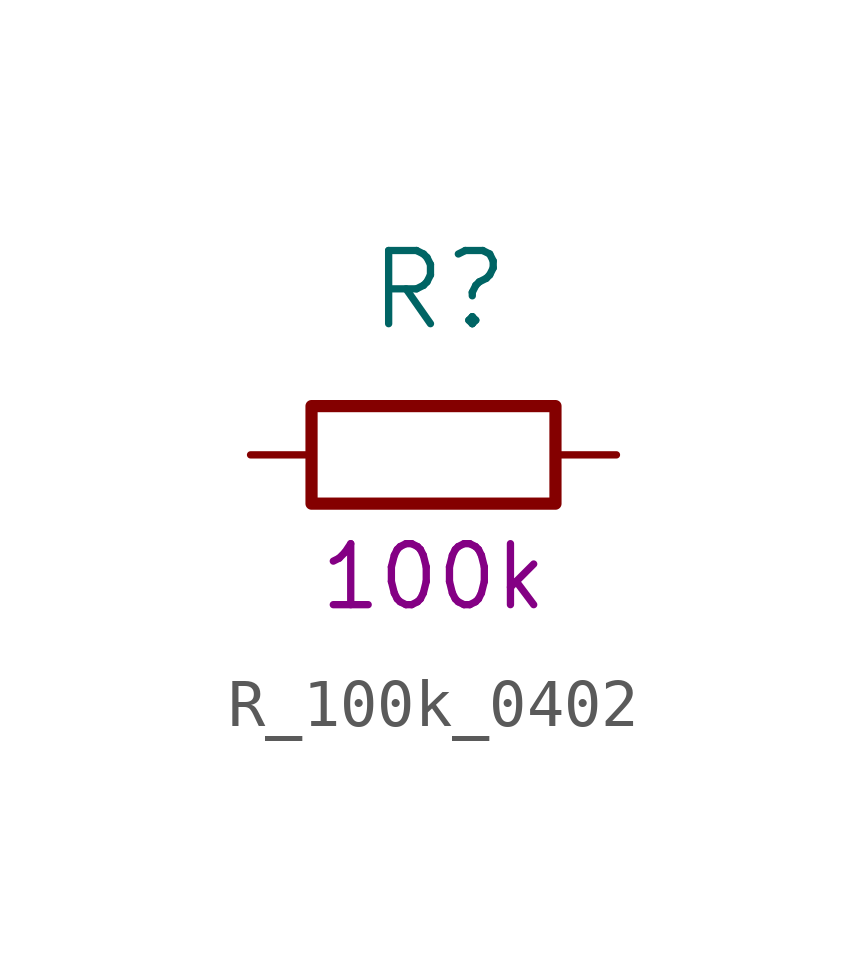
<source format=kicad_sym>
(kicad_symbol_lib
  (version 20211014)
  (generator kicad_symbol_editor)
  (symbol "R_100k_0402"
    (pin_names
      (offset 0))
    (property "Reference" "R"
      (at -1.397 3.429 0)
      (effects (font (size 1.524 1.524)) (justify left)))
    (property "Val" "100k"
      (at 0 -2.54 0)
      (effects (font (size 1.27 1.27))))
    (symbol "R_100k_0402_1_1"
      (rectangle (start 2.54 -1.016) (end -2.54 1.016) (stroke (width 0.254) (type default) (color 0 0 0 0)) (fill (type none)))
      (pin passive line (at -3.81 0 0) (length 1.27) (name "~" (effects (font (size 0 0)))) (number "1" (effects (font (size 0 0)))))
      (pin passive line (at 3.81 0 180) (length 1.27) (name "~" (effects (font (size 0 0)))) (number "2" (effects (font (size 0 0))))))))
</source>
